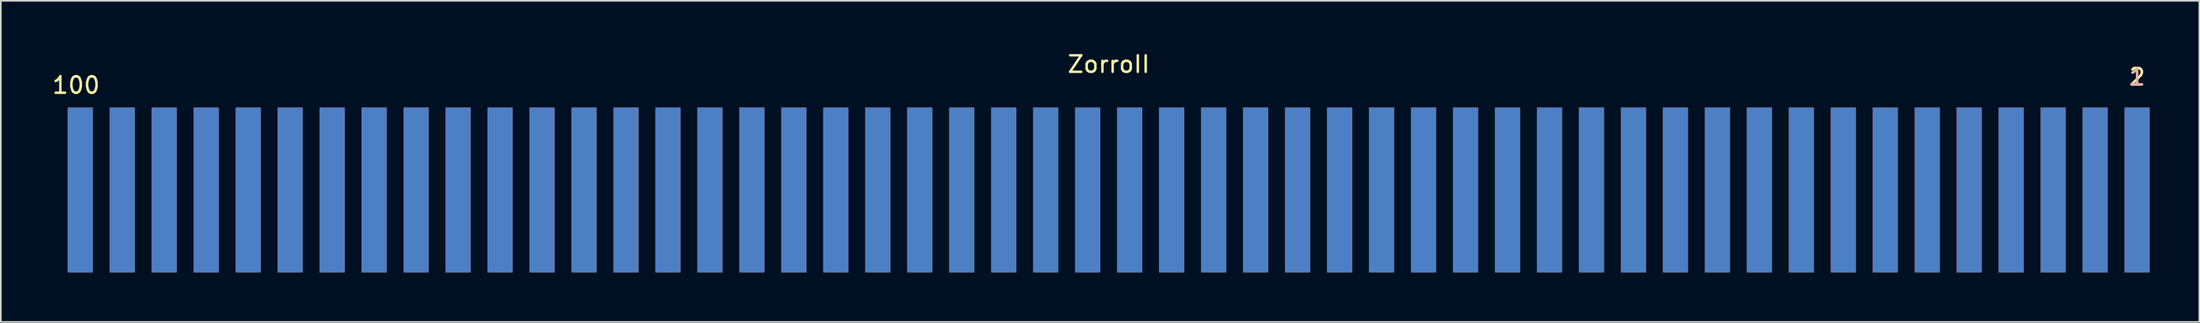
<source format=kicad_pcb>
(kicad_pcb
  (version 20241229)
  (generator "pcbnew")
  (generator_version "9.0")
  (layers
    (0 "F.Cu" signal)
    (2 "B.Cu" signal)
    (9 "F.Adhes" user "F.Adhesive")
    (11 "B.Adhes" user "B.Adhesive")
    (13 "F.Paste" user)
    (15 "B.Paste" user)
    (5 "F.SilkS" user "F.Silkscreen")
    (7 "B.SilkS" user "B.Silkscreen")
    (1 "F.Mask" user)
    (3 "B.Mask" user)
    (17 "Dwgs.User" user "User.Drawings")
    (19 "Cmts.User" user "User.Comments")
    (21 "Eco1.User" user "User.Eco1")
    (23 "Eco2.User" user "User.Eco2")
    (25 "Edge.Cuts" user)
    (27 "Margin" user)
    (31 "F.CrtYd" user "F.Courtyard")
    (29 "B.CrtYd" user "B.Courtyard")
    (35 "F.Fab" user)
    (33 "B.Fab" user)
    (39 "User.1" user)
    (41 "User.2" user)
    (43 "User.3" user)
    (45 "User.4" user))
  (footprint "ZorroII"
    (layer "F.Cu")
    (at 64.038 5.928)
    (property "Reference" "ZorroII" (at 0 -5.08 0) (layer "F.SilkS") (effects (font (size 1 1) (thickness 0.15))))
    (attr through_hole)
    (fp_text user "2" (at 62.23 -4.318 0) (unlocked yes) (layer "F.SilkS") (effects (font (size 1 1) (thickness 0.15))))
    (fp_text user "100" (at -62.484 -3.81 0) (unlocked yes) (layer "F.SilkS") (effects (font (size 1 1) (thickness 0.15))))
    (fp_text user "1" (at 62.23 -4.318 0) (unlocked yes) (layer "B.SilkS") (effects (font (size 1 1) (thickness 0.15))))
    (pad "1" connect rect (at 62.23 2.54) (size 1.524 10) (layers "B.Cu" "B.Mask"))
    (pad "2" connect rect (at 62.23 2.54) (size 1.524 10) (layers "F.Cu" "F.Mask"))
    (pad "3" connect rect (at 59.69 2.54) (size 1.524 10) (layers "B.Cu" "B.Mask"))
    (pad "4" connect rect (at 59.69 2.54) (size 1.524 10) (layers "F.Cu" "F.Mask"))
    (pad "5" connect rect (at 57.15 2.54) (size 1.524 10) (layers "B.Cu" "B.Mask"))
    (pad "6" connect rect (at 57.15 2.54) (size 1.524 10) (layers "F.Cu" "F.Mask"))
    (pad "7" connect rect (at 54.61 2.54) (size 1.524 10) (layers "B.Cu" "B.Mask"))
    (pad "8" connect rect (at 54.61 2.54) (size 1.524 10) (layers "F.Cu" "F.Mask"))
    (pad "9" connect rect (at 52.07 2.54) (size 1.524 10) (layers "B.Cu" "B.Mask"))
    (pad "10" connect rect (at 52.07 2.54) (size 1.524 10) (layers "F.Cu" "F.Mask"))
    (pad "11" connect rect (at 49.53 2.54) (size 1.524 10) (layers "B.Cu" "B.Mask"))
    (pad "12" connect rect (at 49.53 2.54) (size 1.524 10) (layers "F.Cu" "F.Mask"))
    (pad "13" connect rect (at 46.99 2.54) (size 1.524 10) (layers "B.Cu" "B.Mask"))
    (pad "14" connect rect (at 46.99 2.54) (size 1.524 10) (layers "F.Cu" "F.Mask"))
    (pad "15" connect rect (at 44.45 2.54) (size 1.524 10) (layers "B.Cu" "B.Mask"))
    (pad "16" connect rect (at 44.45 2.54) (size 1.524 10) (layers "F.Cu" "F.Mask"))
    (pad "17" connect rect (at 41.91 2.54) (size 1.524 10) (layers "B.Cu" "B.Mask"))
    (pad "18" connect rect (at 41.91 2.54) (size 1.524 10) (layers "F.Cu" "F.Mask"))
    (pad "19" connect rect (at 39.37 2.54) (size 1.524 10) (layers "B.Cu" "B.Mask"))
    (pad "20" connect rect (at 39.37 2.54) (size 1.524 10) (layers "F.Cu" "F.Mask"))
    (pad "21" connect rect (at 36.83 2.54) (size 1.524 10) (layers "B.Cu" "B.Mask"))
    (pad "22" connect rect (at 36.83 2.54) (size 1.524 10) (layers "F.Cu" "F.Mask"))
    (pad "23" connect rect (at 34.29 2.54) (size 1.524 10) (layers "B.Cu" "B.Mask"))
    (pad "24" connect rect (at 34.29 2.54) (size 1.524 10) (layers "F.Cu" "F.Mask"))
    (pad "25" connect rect (at 31.75 2.54) (size 1.524 10) (layers "B.Cu" "B.Mask"))
    (pad "26" connect rect (at 31.75 2.54) (size 1.524 10) (layers "F.Cu" "F.Mask"))
    (pad "27" connect rect (at 29.21 2.54) (size 1.524 10) (layers "B.Cu" "B.Mask"))
    (pad "28" connect rect (at 29.21 2.54) (size 1.524 10) (layers "F.Cu" "F.Mask"))
    (pad "29" connect rect (at 26.67 2.54) (size 1.524 10) (layers "B.Cu" "B.Mask"))
    (pad "30" connect rect (at 26.67 2.54) (size 1.524 10) (layers "F.Cu" "F.Mask"))
    (pad "31" connect rect (at 24.13 2.54) (size 1.524 10) (layers "B.Cu" "B.Mask"))
    (pad "32" connect rect (at 24.13 2.54) (size 1.524 10) (layers "F.Cu" "F.Mask"))
    (pad "33" connect rect (at 21.59 2.54) (size 1.524 10) (layers "B.Cu" "B.Mask"))
    (pad "34" connect rect (at 21.59 2.54) (size 1.524 10) (layers "F.Cu" "F.Mask"))
    (pad "35" connect rect (at 19.05 2.54) (size 1.524 10) (layers "B.Cu" "B.Mask"))
    (pad "36" connect rect (at 19.05 2.54) (size 1.524 10) (layers "F.Cu" "F.Mask"))
    (pad "37" connect rect (at 16.51 2.54) (size 1.524 10) (layers "B.Cu" "B.Mask"))
    (pad "38" connect rect (at 16.51 2.54) (size 1.524 10) (layers "F.Cu" "F.Mask"))
    (pad "39" connect rect (at 13.97 2.54) (size 1.524 10) (layers "B.Cu" "B.Mask"))
    (pad "40" connect rect (at 13.97 2.54) (size 1.524 10) (layers "F.Cu" "F.Mask"))
    (pad "41" connect rect (at 11.43 2.54) (size 1.524 10) (layers "B.Cu" "B.Mask"))
    (pad "42" connect rect (at 11.43 2.54) (size 1.524 10) (layers "F.Cu" "F.Mask"))
    (pad "43" connect rect (at 8.89 2.54) (size 1.524 10) (layers "B.Cu" "B.Mask"))
    (pad "44" connect rect (at 8.89 2.54) (size 1.524 10) (layers "F.Cu" "F.Mask"))
    (pad "45" connect rect (at 6.35 2.54) (size 1.524 10) (layers "B.Cu" "B.Mask"))
    (pad "46" connect rect (at 6.35 2.54) (size 1.524 10) (layers "F.Cu" "F.Mask"))
    (pad "47" connect rect (at 3.81 2.54) (size 1.524 10) (layers "B.Cu" "B.Mask"))
    (pad "48" connect rect (at 3.81 2.54) (size 1.524 10) (layers "F.Cu" "F.Mask"))
    (pad "49" connect rect (at 1.27 2.54) (size 1.524 10) (layers "B.Cu" "B.Mask"))
    (pad "50" connect rect (at 1.27 2.54) (size 1.524 10) (layers "F.Cu" "F.Mask"))
    (pad "51" connect rect (at -1.27 2.54) (size 1.524 10) (layers "B.Cu" "B.Mask"))
    (pad "52" connect rect (at -1.27 2.54) (size 1.524 10) (layers "F.Cu" "F.Mask"))
    (pad "53" connect rect (at -3.81 2.54) (size 1.524 10) (layers "B.Cu" "B.Mask"))
    (pad "54" connect rect (at -3.81 2.54) (size 1.524 10) (layers "F.Cu" "F.Mask"))
    (pad "55" connect rect (at -6.35 2.54) (size 1.524 10) (layers "B.Cu" "B.Mask"))
    (pad "56" connect rect (at -6.35 2.54) (size 1.524 10) (layers "F.Cu" "F.Mask"))
    (pad "57" connect rect (at -8.89 2.54) (size 1.524 10) (layers "B.Cu" "B.Mask"))
    (pad "58" connect rect (at -8.89 2.54) (size 1.524 10) (layers "F.Cu" "F.Mask"))
    (pad "59" connect rect (at -11.43 2.54) (size 1.524 10) (layers "B.Cu" "B.Mask"))
    (pad "60" connect rect (at -11.43 2.54) (size 1.524 10) (layers "F.Cu" "F.Mask"))
    (pad "61" connect rect (at -13.97 2.54) (size 1.524 10) (layers "B.Cu" "B.Mask"))
    (pad "62" connect rect (at -13.97 2.54) (size 1.524 10) (layers "F.Cu" "F.Mask"))
    (pad "63" connect rect (at -16.51 2.54) (size 1.524 10) (layers "B.Cu" "B.Mask"))
    (pad "64" connect rect (at -16.51 2.54) (size 1.524 10) (layers "F.Cu" "F.Mask"))
    (pad "65" connect rect (at -19.05 2.54) (size 1.524 10) (layers "B.Cu" "B.Mask"))
    (pad "66" connect rect (at -19.05 2.54) (size 1.524 10) (layers "F.Cu" "F.Mask"))
    (pad "67" connect rect (at -21.59 2.54) (size 1.524 10) (layers "B.Cu" "B.Mask"))
    (pad "68" connect rect (at -21.59 2.54) (size 1.524 10) (layers "F.Cu" "F.Mask"))
    (pad "69" connect rect (at -24.13 2.54) (size 1.524 10) (layers "B.Cu" "B.Mask"))
    (pad "70" connect rect (at -24.13 2.54) (size 1.524 10) (layers "F.Cu" "F.Mask"))
    (pad "71" connect rect (at -26.67 2.54) (size 1.524 10) (layers "B.Cu" "B.Mask"))
    (pad "72" connect rect (at -26.67 2.54) (size 1.524 10) (layers "F.Cu" "F.Mask"))
    (pad "73" connect rect (at -29.21 2.54) (size 1.524 10) (layers "B.Cu" "B.Mask"))
    (pad "74" connect rect (at -29.21 2.54) (size 1.524 10) (layers "F.Cu" "F.Mask"))
    (pad "75" connect rect (at -31.75 2.54) (size 1.524 10) (layers "B.Cu" "B.Mask"))
    (pad "76" connect rect (at -31.75 2.54) (size 1.524 10) (layers "F.Cu" "F.Mask"))
    (pad "77" connect rect (at -34.29 2.54) (size 1.524 10) (layers "B.Cu" "B.Mask"))
    (pad "78" connect rect (at -34.29 2.54) (size 1.524 10) (layers "F.Cu" "F.Mask"))
    (pad "79" connect rect (at -36.83 2.54) (size 1.524 10) (layers "B.Cu" "B.Mask"))
    (pad "80" connect rect (at -36.83 2.54) (size 1.524 10) (layers "F.Cu" "F.Mask"))
    (pad "81" connect rect (at -39.37 2.54) (size 1.524 10) (layers "B.Cu" "B.Mask"))
    (pad "82" connect rect (at -39.37 2.54) (size 1.524 10) (layers "F.Cu" "F.Mask"))
    (pad "83" connect rect (at -41.91 2.54) (size 1.524 10) (layers "B.Cu" "B.Mask"))
    (pad "84" connect rect (at -41.91 2.54) (size 1.524 10) (layers "F.Cu" "F.Mask"))
    (pad "85" connect rect (at -44.45 2.54) (size 1.524 10) (layers "B.Cu" "B.Mask"))
    (pad "86" connect rect (at -44.45 2.54) (size 1.524 10) (layers "F.Cu" "F.Mask"))
    (pad "87" connect rect (at -46.99 2.54) (size 1.524 10) (layers "B.Cu" "B.Mask"))
    (pad "88" connect rect (at -46.99 2.54) (size 1.524 10) (layers "F.Cu" "F.Mask"))
    (pad "89" connect rect (at -49.53 2.54) (size 1.524 10) (layers "B.Cu" "B.Mask"))
    (pad "90" connect rect (at -49.53 2.54) (size 1.524 10) (layers "F.Cu" "F.Mask"))
    (pad "91" connect rect (at -52.07 2.54) (size 1.524 10) (layers "B.Cu" "B.Mask"))
    (pad "92" connect rect (at -52.07 2.54) (size 1.524 10) (layers "F.Cu" "F.Mask"))
    (pad "93" connect rect (at -54.61 2.54) (size 1.524 10) (layers "B.Cu" "B.Mask"))
    (pad "94" connect rect (at -54.61 2.54) (size 1.524 10) (layers "F.Cu" "F.Mask"))
    (pad "95" connect rect (at -57.15 2.54) (size 1.524 10) (layers "B.Cu" "B.Mask"))
    (pad "96" connect rect (at -57.15 2.54) (size 1.524 10) (layers "F.Cu" "F.Mask"))
    (pad "97" connect rect (at -59.69 2.54) (size 1.524 10) (layers "B.Cu" "B.Mask"))
    (pad "98" connect rect (at -59.69 2.54) (size 1.524 10) (layers "F.Cu" "F.Mask"))
    (pad "99" connect rect (at -62.23 2.54) (size 1.524 10) (layers "B.Cu" "B.Mask"))
    (pad "100" connect rect (at -62.23 2.54) (size 1.524 10) (layers "F.Cu" "F.Mask")))
  (gr_rect
    (start -3 -3)
    (end 130.03 16.468)
    (stroke (width 0.1) (type default))
    (fill no)
    (layer "Edge.Cuts")))
</source>
